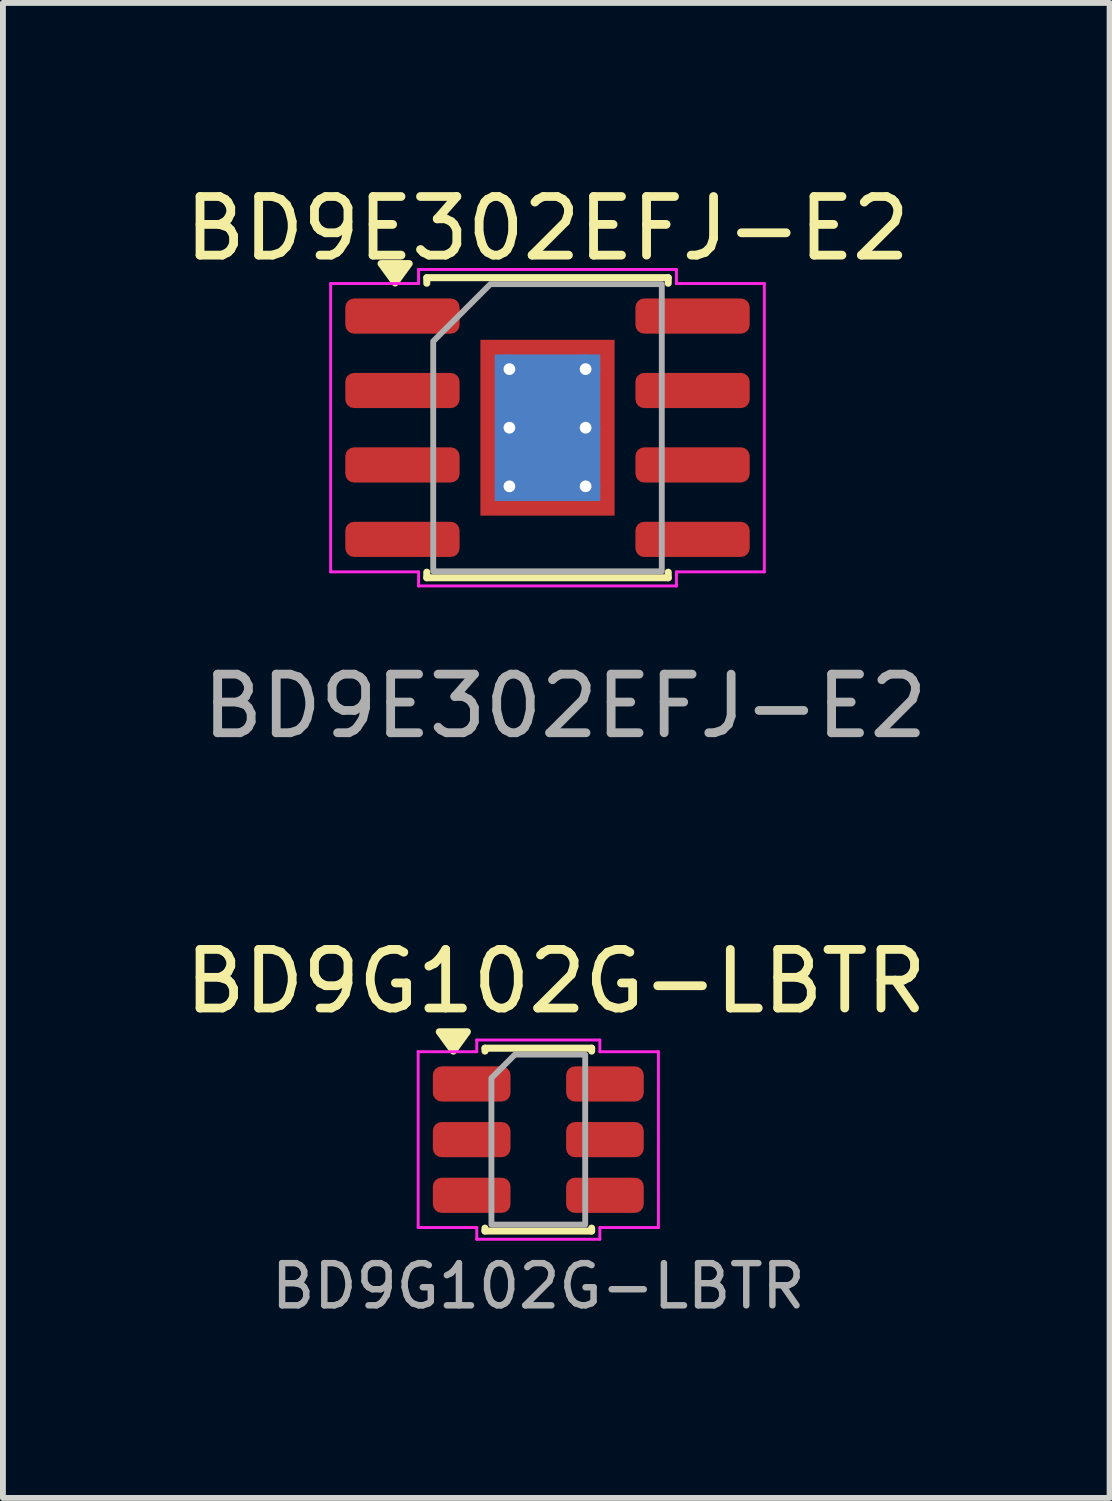
<source format=kicad_pcb>
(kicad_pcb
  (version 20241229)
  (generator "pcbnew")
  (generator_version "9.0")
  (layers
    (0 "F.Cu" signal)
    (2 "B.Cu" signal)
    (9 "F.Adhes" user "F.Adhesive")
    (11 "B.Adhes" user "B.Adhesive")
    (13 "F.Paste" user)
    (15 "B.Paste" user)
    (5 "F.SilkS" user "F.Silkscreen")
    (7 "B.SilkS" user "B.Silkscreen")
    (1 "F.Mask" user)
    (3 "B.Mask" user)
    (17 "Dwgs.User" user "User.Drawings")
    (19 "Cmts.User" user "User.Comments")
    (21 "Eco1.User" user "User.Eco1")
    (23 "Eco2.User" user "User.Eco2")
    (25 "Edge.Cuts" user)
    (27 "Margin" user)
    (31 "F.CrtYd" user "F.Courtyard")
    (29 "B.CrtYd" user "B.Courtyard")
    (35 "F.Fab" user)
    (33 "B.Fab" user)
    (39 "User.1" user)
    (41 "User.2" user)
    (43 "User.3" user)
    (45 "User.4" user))
  (footprint "BD9E302EFJ-E2"
    (layer "F.Cu")
    (at 6.292 4.248)
    (property "Reference" "BD9E302EFJ-E2" (at 0 -3.4 0) (layer "F.SilkS") (effects (font (size 1 1) (thickness 0.15))))
    (attr smd)
    (fp_line (start -2.06 -2.56) (end 2.06 -2.56) (stroke (width 0.12) (type solid)) (layer "F.SilkS"))
    (fp_line (start -2.06 -2.465) (end -2.06 -2.56) (stroke (width 0.12) (type solid)) (layer "F.SilkS"))
    (fp_line (start -2.06 2.56) (end -2.06 2.465) (stroke (width 0.12) (type solid)) (layer "F.SilkS"))
    (fp_line (start 2.06 -2.56) (end 2.06 -2.465) (stroke (width 0.12) (type solid)) (layer "F.SilkS"))
    (fp_line (start 2.06 2.465) (end 2.06 2.56) (stroke (width 0.12) (type solid)) (layer "F.SilkS"))
    (fp_line (start 2.06 2.56) (end -2.06 2.56) (stroke (width 0.12) (type solid)) (layer "F.SilkS"))
    (fp_poly (pts (xy -2.6 -2.47) (xy -2.84 -2.8) (xy -2.36 -2.8)) (stroke (width 0.12) (type solid)) (fill yes) (layer "F.SilkS"))
    (fp_line (start -3.7 -2.46) (end -2.2 -2.46) (stroke (width 0.05) (type solid)) (layer "F.CrtYd"))
    (fp_line (start -3.7 2.46) (end -3.7 -2.46) (stroke (width 0.05) (type solid)) (layer "F.CrtYd"))
    (fp_line (start -2.2 -2.7) (end 2.2 -2.7) (stroke (width 0.05) (type solid)) (layer "F.CrtYd"))
    (fp_line (start -2.2 -2.46) (end -2.2 -2.7) (stroke (width 0.05) (type solid)) (layer "F.CrtYd"))
    (fp_line (start -2.2 2.46) (end -3.7 2.46) (stroke (width 0.05) (type solid)) (layer "F.CrtYd"))
    (fp_line (start -2.2 2.7) (end -2.2 2.46) (stroke (width 0.05) (type solid)) (layer "F.CrtYd"))
    (fp_line (start 2.2 -2.7) (end 2.2 -2.46) (stroke (width 0.05) (type solid)) (layer "F.CrtYd"))
    (fp_line (start 2.2 -2.46) (end 3.7 -2.46) (stroke (width 0.05) (type solid)) (layer "F.CrtYd"))
    (fp_line (start 2.2 2.46) (end 2.2 2.7) (stroke (width 0.05) (type solid)) (layer "F.CrtYd"))
    (fp_line (start 2.2 2.7) (end -2.2 2.7) (stroke (width 0.05) (type solid)) (layer "F.CrtYd"))
    (fp_line (start 3.7 -2.46) (end 3.7 2.46) (stroke (width 0.05) (type solid)) (layer "F.CrtYd"))
    (fp_line (start 3.7 2.46) (end 2.2 2.46) (stroke (width 0.05) (type solid)) (layer "F.CrtYd"))
    (fp_poly (pts (xy -1.95 -1.475) (xy -1.95 2.45) (xy 1.95 2.45) (xy 1.95 -2.45) (xy -0.975 -2.45)) (stroke (width 0.1) (type solid)) (fill no) (layer "F.Fab"))
    (fp_text user "${REFERENCE}" (at 0.3 4.75 180) (layer "F.Fab") (effects (font (size 1 1) (thickness 0.15))))
    (pad "" smd roundrect (at -0.57 -0.75) (size 0.96 1.25) (layers "F.Paste") (roundrect_rratio 0.25))
    (pad "" smd roundrect (at -0.57 0.75) (size 0.96 1.25) (layers "F.Paste") (roundrect_rratio 0.25))
    (pad "" smd roundrect (at 0.57 -0.75) (size 0.96 1.25) (layers "F.Paste") (roundrect_rratio 0.25))
    (pad "" smd roundrect (at 0.57 0.75) (size 0.96 1.25) (layers "F.Paste") (roundrect_rratio 0.25))
    (pad "1" smd roundrect (at -2.475 -1.905) (size 1.95 0.6) (layers "F.Cu" "F.Mask" "F.Paste") (roundrect_rratio 0.25))
    (pad "2" smd roundrect (at -2.475 -0.635) (size 1.95 0.6) (layers "F.Cu" "F.Mask" "F.Paste") (roundrect_rratio 0.25))
    (pad "3" smd roundrect (at -2.475 0.635) (size 1.95 0.6) (layers "F.Cu" "F.Mask" "F.Paste") (roundrect_rratio 0.25))
    (pad "4" smd roundrect (at -2.475 1.905) (size 1.95 0.6) (layers "F.Cu" "F.Mask" "F.Paste") (roundrect_rratio 0.25))
    (pad "5" smd roundrect (at 2.475 1.905) (size 1.95 0.6) (layers "F.Cu" "F.Mask" "F.Paste") (roundrect_rratio 0.25))
    (pad "6" smd roundrect (at 2.475 0.635) (size 1.95 0.6) (layers "F.Cu" "F.Mask" "F.Paste") (roundrect_rratio 0.25))
    (pad "7" smd roundrect (at 2.475 -0.635) (size 1.95 0.6) (layers "F.Cu" "F.Mask" "F.Paste") (roundrect_rratio 0.25))
    (pad "8" smd roundrect (at 2.475 -1.905) (size 1.95 0.6) (layers "F.Cu" "F.Mask" "F.Paste") (roundrect_rratio 0.25))
    (pad "9" thru_hole circle (at -0.65 -1) (size 0.5 0.5) (drill 0.2) (property pad_prop_heatsink) (layers "*.Cu"))
    (pad "9" thru_hole circle (at -0.65 0) (size 0.5 0.5) (drill 0.2) (property pad_prop_heatsink) (layers "*.Cu"))
    (pad "9" thru_hole circle (at -0.65 1) (size 0.5 0.5) (drill 0.2) (property pad_prop_heatsink) (layers "*.Cu"))
    (pad "9" smd rect (at 0 0) (size 1.8 2.5) (property pad_prop_heatsink) (layers "B.Cu"))
    (pad "9" smd rect (at 0 0) (size 2.29 3) (property pad_prop_heatsink) (layers "F.Cu" "F.Mask"))
    (pad "9" thru_hole circle (at 0.65 -1) (size 0.5 0.5) (drill 0.2) (property pad_prop_heatsink) (layers "*.Cu"))
    (pad "9" thru_hole circle (at 0.65 0) (size 0.5 0.5) (drill 0.2) (property pad_prop_heatsink) (layers "*.Cu"))
    (pad "9" thru_hole circle (at 0.65 1) (size 0.5 0.5) (drill 0.2) (property pad_prop_heatsink) (layers "*.Cu")))
  (footprint "BD9G102G-LBTR"
    (layer "F.Cu")
    (at 6.135 16.395)
    (property "Reference" "BD9G102G-LBTR" (at 0.3 -2.7 0) (layer "F.SilkS") (effects (font (size 1 1) (thickness 0.15))))
    (attr smd)
    (fp_line (start -0.91 -1.56) (end 0.91 -1.56) (stroke (width 0.12) (type solid)) (layer "F.SilkS"))
    (fp_line (start -0.91 -1.51) (end -0.91 -1.56) (stroke (width 0.12) (type solid)) (layer "F.SilkS"))
    (fp_line (start -0.91 1.56) (end -0.91 1.51) (stroke (width 0.12) (type solid)) (layer "F.SilkS"))
    (fp_line (start 0.91 -1.56) (end 0.91 -1.51) (stroke (width 0.12) (type solid)) (layer "F.SilkS"))
    (fp_line (start 0.91 1.51) (end 0.91 1.56) (stroke (width 0.12) (type solid)) (layer "F.SilkS"))
    (fp_line (start 0.91 1.56) (end -0.91 1.56) (stroke (width 0.12) (type solid)) (layer "F.SilkS"))
    (fp_poly (pts (xy -1.45 -1.51) (xy -1.69 -1.84) (xy -1.21 -1.84)) (stroke (width 0.12) (type solid)) (fill yes) (layer "F.SilkS"))
    (fp_line (start -2.05 -1.5) (end -1.05 -1.5) (stroke (width 0.05) (type solid)) (layer "F.CrtYd"))
    (fp_line (start -2.05 1.5) (end -2.05 -1.5) (stroke (width 0.05) (type solid)) (layer "F.CrtYd"))
    (fp_line (start -1.05 -1.7) (end 1.05 -1.7) (stroke (width 0.05) (type solid)) (layer "F.CrtYd"))
    (fp_line (start -1.05 -1.5) (end -1.05 -1.7) (stroke (width 0.05) (type solid)) (layer "F.CrtYd"))
    (fp_line (start -1.05 1.5) (end -2.05 1.5) (stroke (width 0.05) (type solid)) (layer "F.CrtYd"))
    (fp_line (start -1.05 1.7) (end -1.05 1.5) (stroke (width 0.05) (type solid)) (layer "F.CrtYd"))
    (fp_line (start 1.05 -1.7) (end 1.05 -1.5) (stroke (width 0.05) (type solid)) (layer "F.CrtYd"))
    (fp_line (start 1.05 -1.5) (end 2.05 -1.5) (stroke (width 0.05) (type solid)) (layer "F.CrtYd"))
    (fp_line (start 1.05 1.5) (end 1.05 1.7) (stroke (width 0.05) (type solid)) (layer "F.CrtYd"))
    (fp_line (start 1.05 1.7) (end -1.05 1.7) (stroke (width 0.05) (type solid)) (layer "F.CrtYd"))
    (fp_line (start 2.05 -1.5) (end 2.05 1.5) (stroke (width 0.05) (type solid)) (layer "F.CrtYd"))
    (fp_line (start 2.05 1.5) (end 1.05 1.5) (stroke (width 0.05) (type solid)) (layer "F.CrtYd"))
    (fp_poly (pts (xy -0.8 -1.05) (xy -0.8 1.45) (xy 0.8 1.45) (xy 0.8 -1.45) (xy -0.4 -1.45)) (stroke (width 0.1) (type solid)) (fill no) (layer "F.Fab"))
    (fp_text user "${REFERENCE}" (at 0 2.5 180) (layer "F.Fab") (effects (font (size 0.72 0.72) (thickness 0.11))))
    (pad "1" smd roundrect (at -1.137 -0.95) (size 1.325 0.6) (layers "F.Cu" "F.Mask" "F.Paste") (roundrect_rratio 0.25))
    (pad "2" smd roundrect (at -1.137 0) (size 1.325 0.6) (layers "F.Cu" "F.Mask" "F.Paste") (roundrect_rratio 0.25))
    (pad "3" smd roundrect (at -1.137 0.95) (size 1.325 0.6) (layers "F.Cu" "F.Mask" "F.Paste") (roundrect_rratio 0.25))
    (pad "4" smd roundrect (at 1.137 0.95) (size 1.325 0.6) (layers "F.Cu" "F.Mask" "F.Paste") (roundrect_rratio 0.25))
    (pad "5" smd roundrect (at 1.137 0) (size 1.325 0.6) (layers "F.Cu" "F.Mask" "F.Paste") (roundrect_rratio 0.25))
    (pad "6" smd roundrect (at 1.137 -0.95) (size 1.325 0.6) (layers "F.Cu" "F.Mask" "F.Paste") (roundrect_rratio 0.25)))
  (gr_rect
    (start -3 -3)
    (end 15.883 22.509)
    (stroke (width 0.1) (type default))
    (fill no)
    (layer "Edge.Cuts")))
</source>
